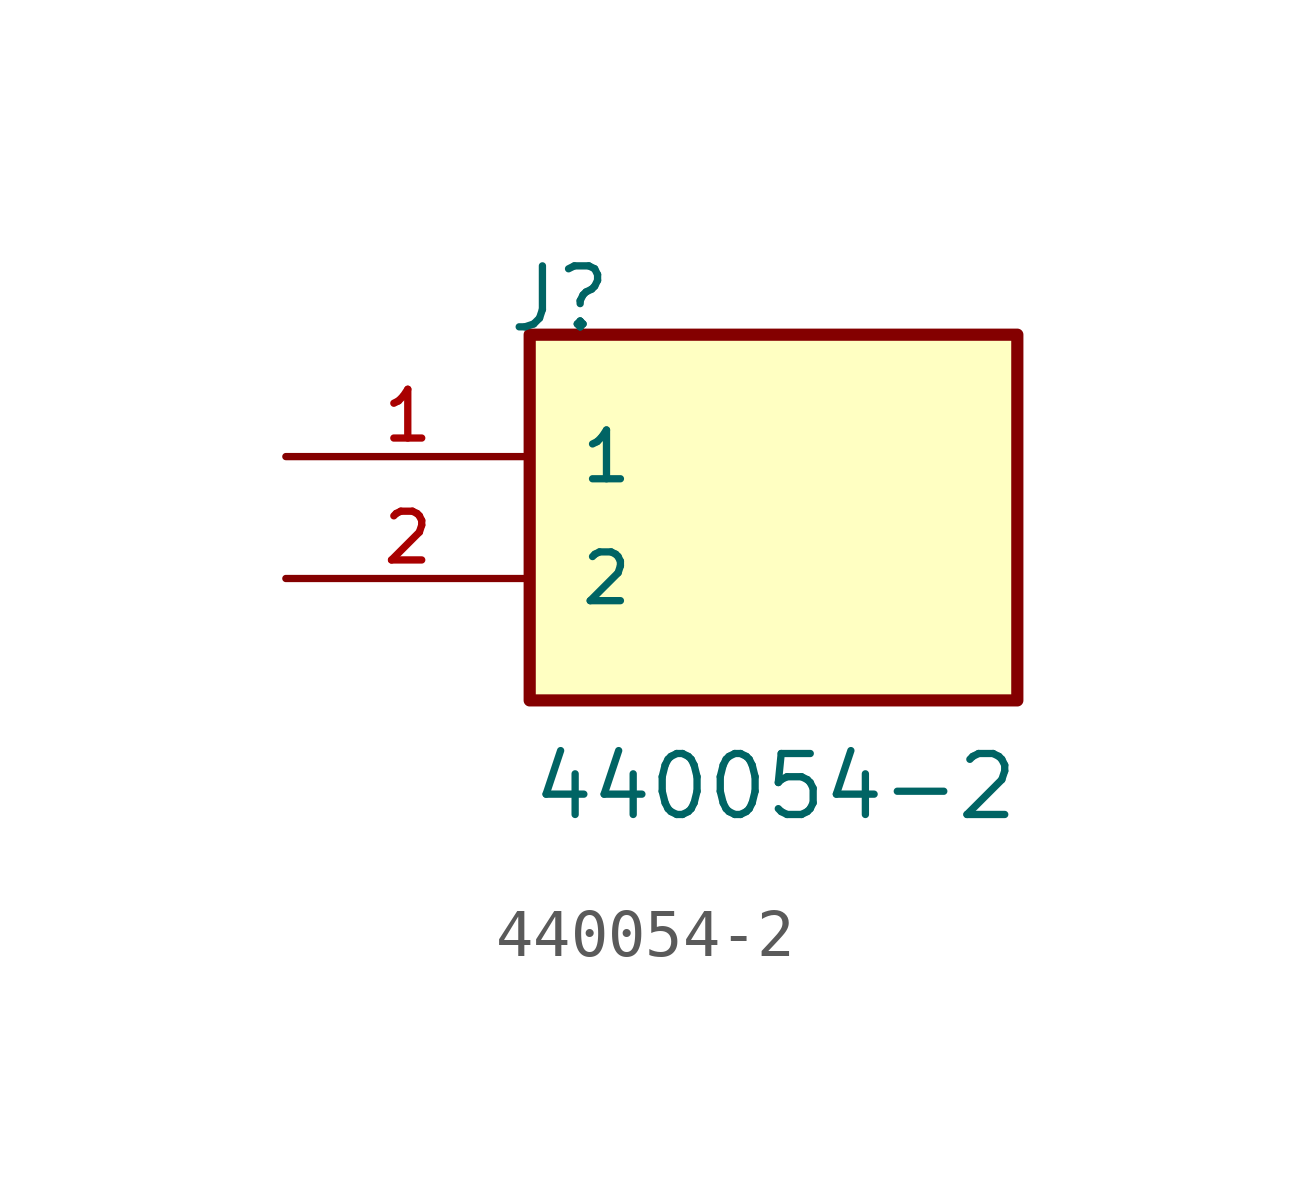
<source format=kicad_sym>
(kicad_symbol_lib
  (version 20211014)
  (generator kicad_symbol_editor)
  (symbol "440054-2"
    (pin_names
      (offset 1.016))
    (property "Reference" "J"
      (at -5.58 5.08 0)
      (effects (font (size 1.27 1.27)) (justify bottom left)))
    (property "Value" "440054-2"
      (at -5.08 -5.08 0)
      (effects (font (size 1.27 1.27)) (justify bottom left)))
    (symbol "440054-2_0_0"
      (rectangle (start -5.08 -2.54) (end 5.08 5.08) (stroke (width 0.254)) (fill (type background)))
      (pin passive line (at -10.16 2.54 0) (length 5.08) (name "1" (effects (font (size 1.016 1.016)))) (number "1" (effects (font (size 1.016 1.016)))))
      (pin passive line (at -10.16 0.0 0) (length 5.08) (name "2" (effects (font (size 1.016 1.016)))) (number "2" (effects (font (size 1.016 1.016))))))))
</source>
